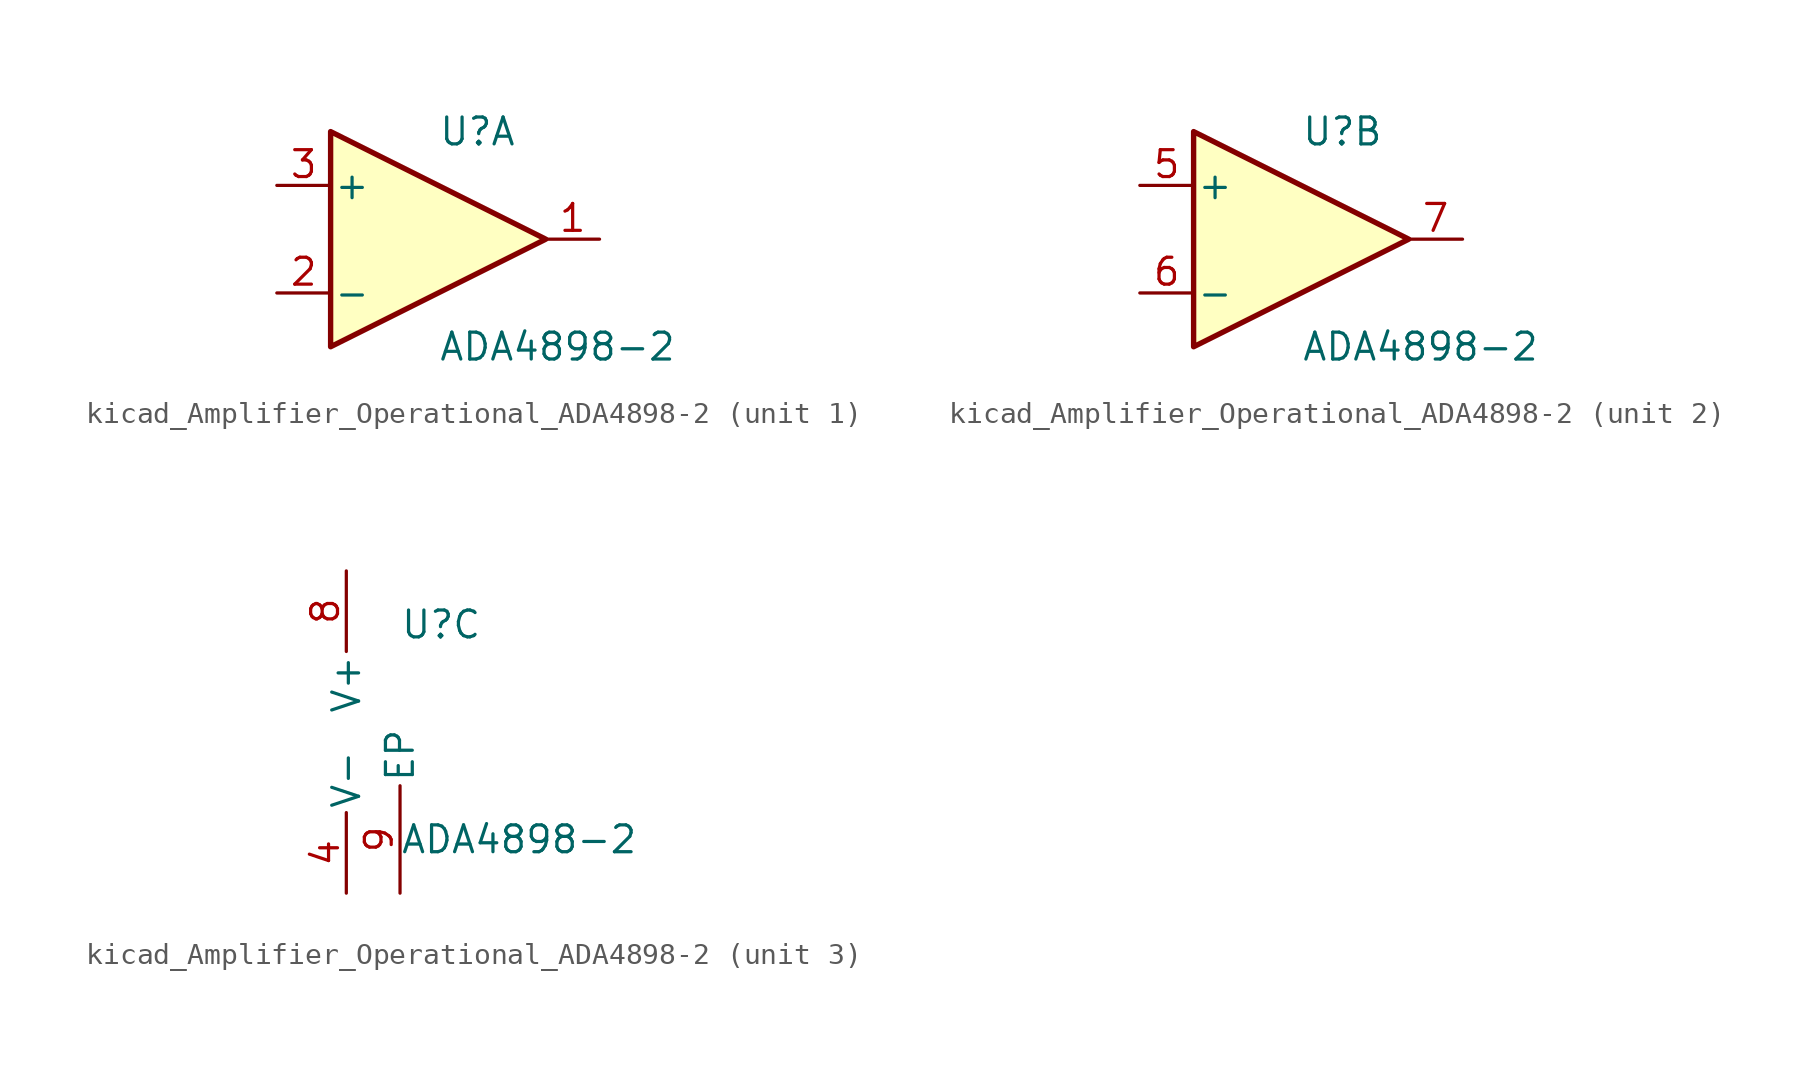
<source format=kicad_sym>
(kicad_symbol_lib
  (version 20220914)
  (generator kicad_symbol_editor)
  (symbol "kicad_Amplifier_Operational_ADA4898-2"
    (pin_names
      (offset 0.127))
    (property "Reference" "U"
      (at 0 5.08 0)
      (effects (font (size 1.27 1.27)) (justify left)))
    (property "Value" "ADA4898-2"
      (at 0 -5.08 0)
      (effects (font (size 1.27 1.27)) (justify left)))
    (property "ki_locked" ""
      (at 0 0 0)
      (effects (font (size 1.27 1.27))))
    (symbol "kicad_Amplifier_Operational_ADA4898-2_1_1"
      (polyline (pts (xy -5.08 5.08) (xy 5.08 0) (xy -5.08 -5.08) (xy -5.08 5.08)) (stroke (width 0.254) (type default)) (fill (type background)))
      (pin output line (at 7.62 0 180) (length 2.54) (name "~" (effects (font (size 1.27 1.27)))) (number "1" (effects (font (size 1.27 1.27)))))
      (pin input line (at -7.62 -2.54 0) (length 2.54) (name "-" (effects (font (size 1.27 1.27)))) (number "2" (effects (font (size 1.27 1.27)))))
      (pin input line (at -7.62 2.54 0) (length 2.54) (name "+" (effects (font (size 1.27 1.27)))) (number "3" (effects (font (size 1.27 1.27))))))
    (symbol "kicad_Amplifier_Operational_ADA4898-2_2_1"
      (polyline (pts (xy -5.08 5.08) (xy 5.08 0) (xy -5.08 -5.08) (xy -5.08 5.08)) (stroke (width 0.254) (type default)) (fill (type background)))
      (pin input line (at -7.62 2.54 0) (length 2.54) (name "+" (effects (font (size 1.27 1.27)))) (number "5" (effects (font (size 1.27 1.27)))))
      (pin input line (at -7.62 -2.54 0) (length 2.54) (name "-" (effects (font (size 1.27 1.27)))) (number "6" (effects (font (size 1.27 1.27)))))
      (pin output line (at 7.62 0 180) (length 2.54) (name "~" (effects (font (size 1.27 1.27)))) (number "7" (effects (font (size 1.27 1.27))))))
    (symbol "kicad_Amplifier_Operational_ADA4898-2_3_1"
      (pin power_in line (at -2.54 -7.62 90) (length 3.81) (name "V-" (effects (font (size 1.27 1.27)))) (number "4" (effects (font (size 1.27 1.27)))))
      (pin power_in line (at -2.54 7.62 270) (length 3.81) (name "V+" (effects (font (size 1.27 1.27)))) (number "8" (effects (font (size 1.27 1.27)))))
      (pin passive line (at 0 -7.62 90) (length 5.08) (name "EP" (effects (font (size 1.27 1.27)))) (number "9" (effects (font (size 1.27 1.27))))))))
</source>
